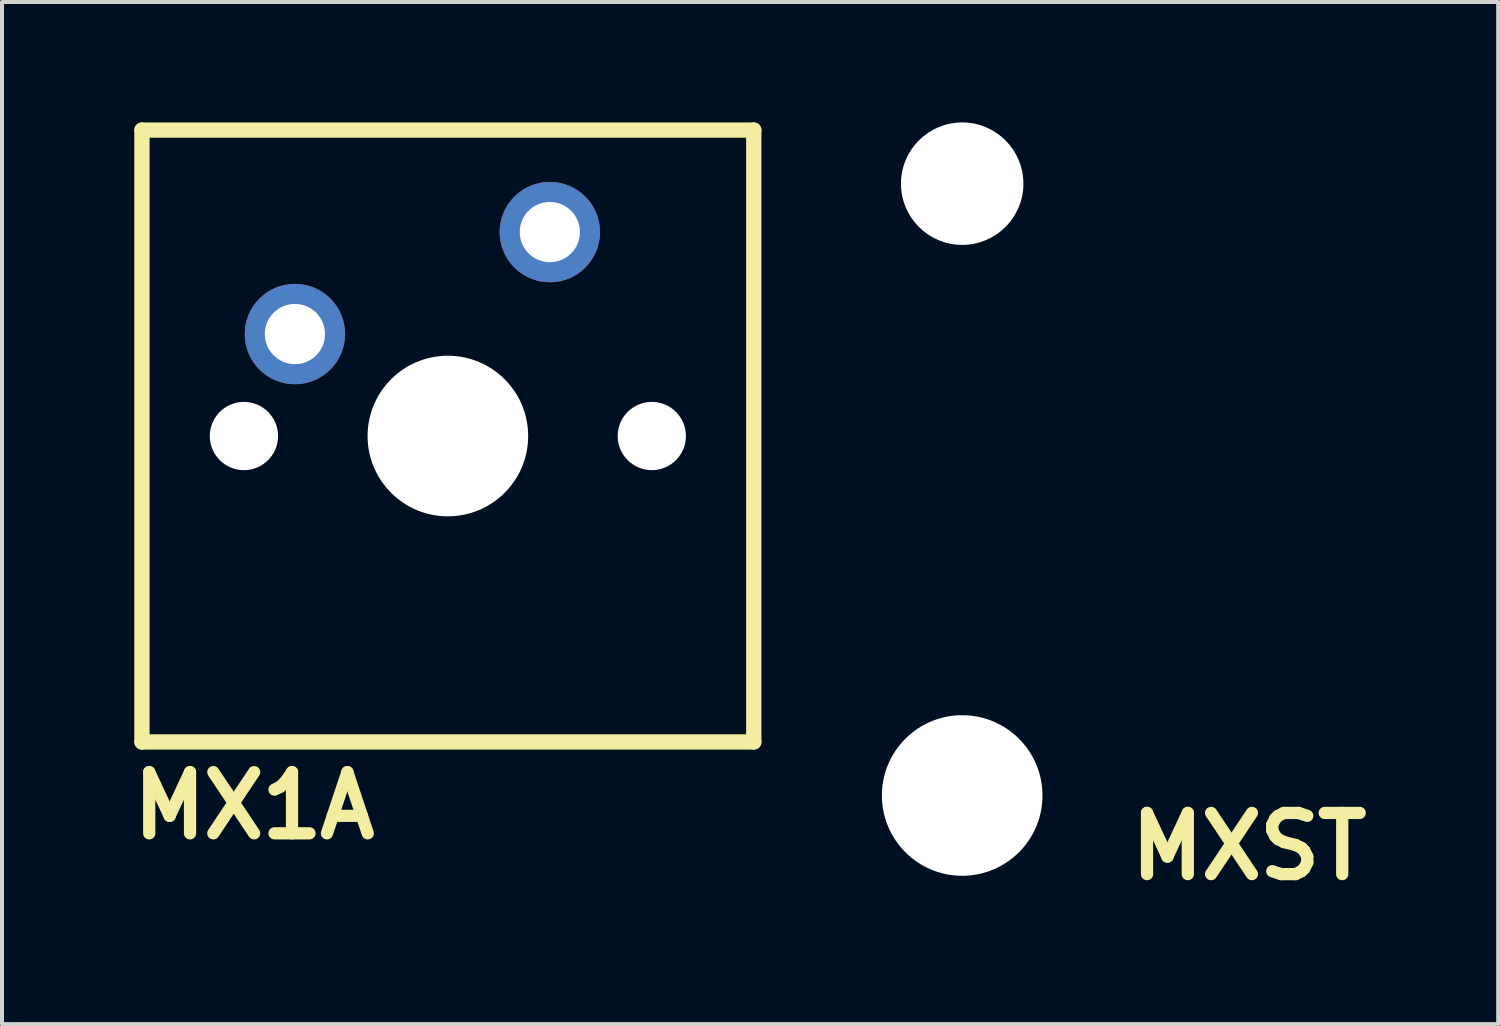
<source format=kicad_pcb>
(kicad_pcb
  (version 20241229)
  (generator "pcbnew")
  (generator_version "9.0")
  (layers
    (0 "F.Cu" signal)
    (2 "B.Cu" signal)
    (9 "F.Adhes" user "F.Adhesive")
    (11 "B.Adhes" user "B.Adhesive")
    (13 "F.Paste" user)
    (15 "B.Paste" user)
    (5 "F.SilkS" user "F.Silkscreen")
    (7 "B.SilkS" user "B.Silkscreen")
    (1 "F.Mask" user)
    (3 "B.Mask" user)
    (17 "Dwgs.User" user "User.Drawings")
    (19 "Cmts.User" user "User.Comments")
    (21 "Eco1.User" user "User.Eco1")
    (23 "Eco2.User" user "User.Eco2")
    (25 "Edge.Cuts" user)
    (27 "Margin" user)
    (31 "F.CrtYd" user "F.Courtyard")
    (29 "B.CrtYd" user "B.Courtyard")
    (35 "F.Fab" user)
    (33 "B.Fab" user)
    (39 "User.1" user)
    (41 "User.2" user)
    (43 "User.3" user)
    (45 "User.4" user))
  (footprint "MXST"
    (layer "F.Cu")
    (at 20.917 8.51)
    (property "Reference" "MXST" (at 7.144 9.524 0) (layer "F.SilkS") (effects (font (size 1.524 1.524) (thickness 0.305))))
    (attr through_hole)
    (pad "" np_thru_hole circle (at 0 -6.985) (size 3.05 3.05) (drill 3.05) (layers "*.Cu" "*.Mask"))
    (pad "" np_thru_hole circle (at 0 8.255) (size 4 4) (drill 4) (layers "*.Cu" "*.Mask")))
  (footprint "MX1A"
    (layer "F.Cu")
    (at 8.106 7.811)
    (property "Reference" "MX1A" (at -4.826 9.207 0) (layer "F.SilkS") (effects (font (size 1.524 1.524) (thickness 0.305))))
    (attr through_hole)
    (fp_line (start -7.62 -7.62) (end 7.62 -7.62) (stroke (width 0.381) (type solid)) (layer "F.SilkS"))
    (fp_line (start -7.62 7.62) (end -7.62 -7.62) (stroke (width 0.381) (type solid)) (layer "F.SilkS"))
    (fp_line (start 7.62 -7.62) (end 7.62 7.62) (stroke (width 0.381) (type solid)) (layer "F.SilkS"))
    (fp_line (start 7.62 7.62) (end -7.62 7.62) (stroke (width 0.381) (type solid)) (layer "F.SilkS"))
    (pad "" np_thru_hole circle (at -5.08 0) (size 1.7 1.7) (drill 1.7) (layers "*.Cu" "*.Mask"))
    (pad "" np_thru_hole circle (at 0 0) (size 4 4) (drill 4) (layers "*.Cu" "*.Mask"))
    (pad "" np_thru_hole circle (at 5.08 0) (size 1.7 1.7) (drill 1.7) (layers "*.Cu" "*.Mask"))
    (pad "1" thru_hole circle (at -3.81 -2.54) (size 2.5 2.5) (drill 1.5) (layers "*.Cu" "*.Mask"))
    (pad "2" thru_hole circle (at 2.54 -5.08) (size 2.5 2.5) (drill 1.5) (layers "*.Cu" "*.Mask")))
  (gr_rect
    (start -3 -3)
    (end 34.268 22.46)
    (stroke (width 0.1) (type default))
    (fill no)
    (layer "Edge.Cuts")))
</source>
